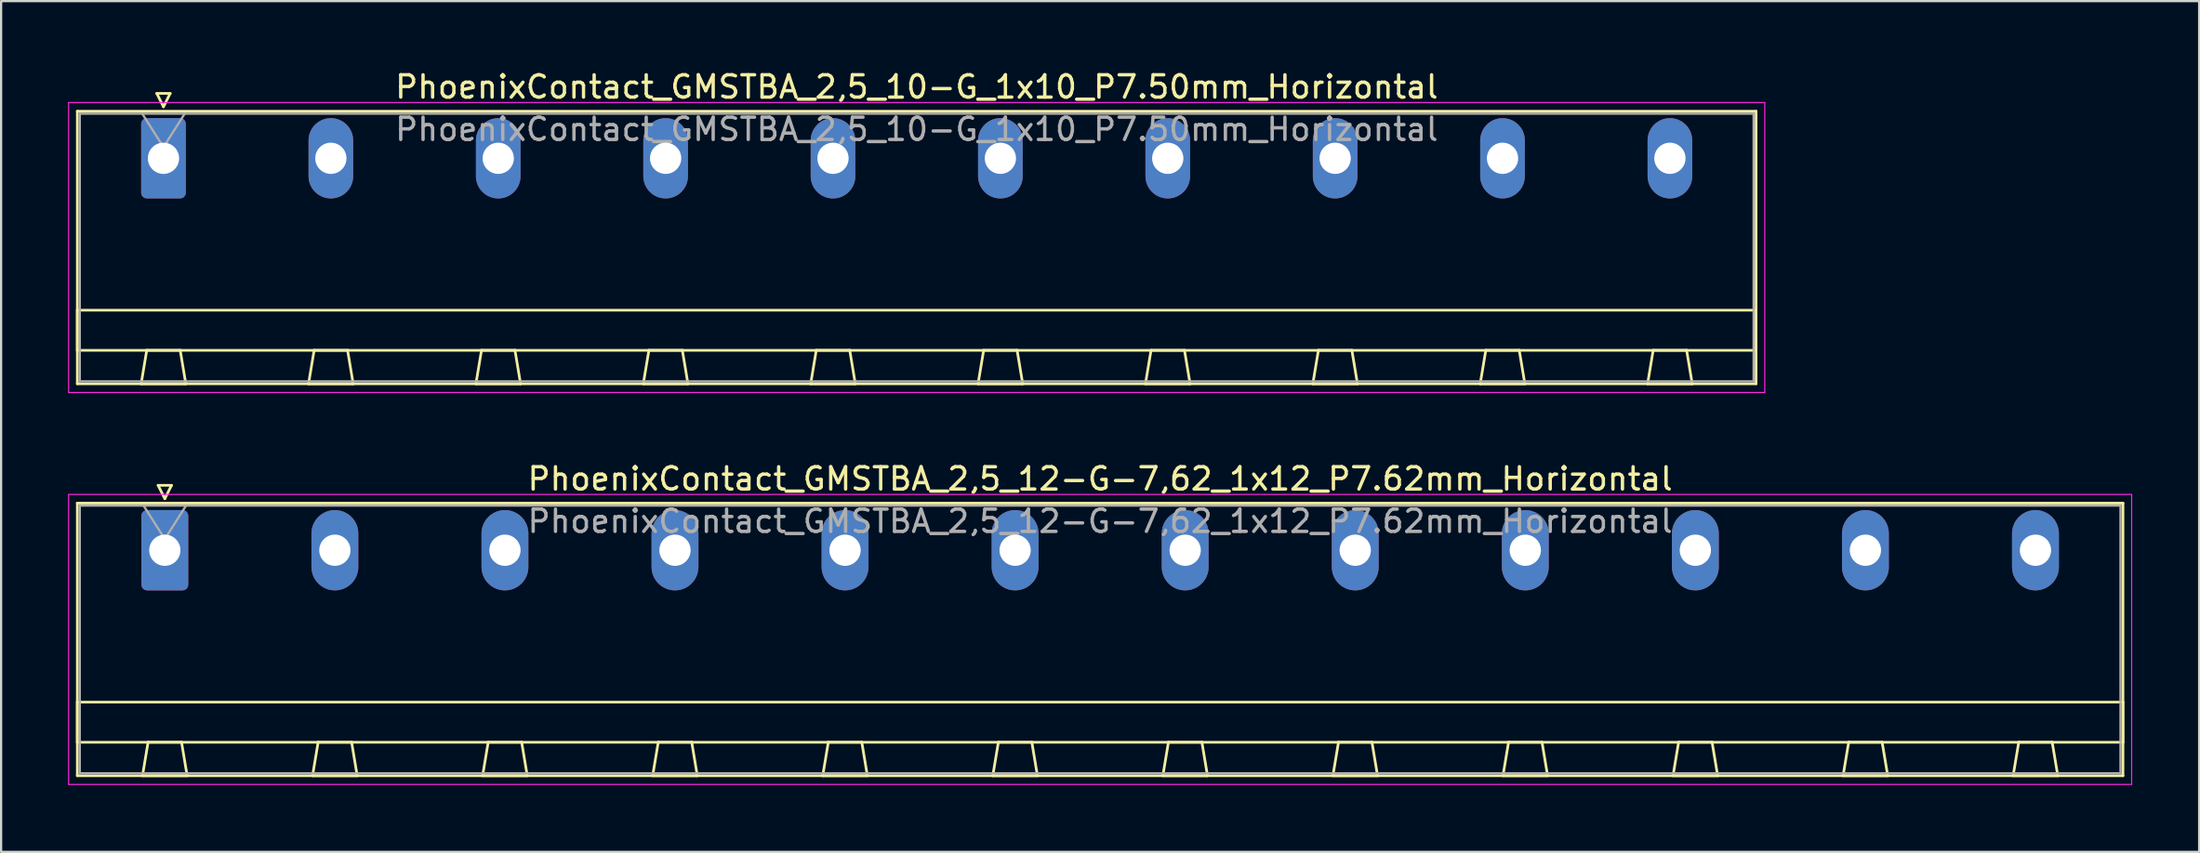
<source format=kicad_pcb>
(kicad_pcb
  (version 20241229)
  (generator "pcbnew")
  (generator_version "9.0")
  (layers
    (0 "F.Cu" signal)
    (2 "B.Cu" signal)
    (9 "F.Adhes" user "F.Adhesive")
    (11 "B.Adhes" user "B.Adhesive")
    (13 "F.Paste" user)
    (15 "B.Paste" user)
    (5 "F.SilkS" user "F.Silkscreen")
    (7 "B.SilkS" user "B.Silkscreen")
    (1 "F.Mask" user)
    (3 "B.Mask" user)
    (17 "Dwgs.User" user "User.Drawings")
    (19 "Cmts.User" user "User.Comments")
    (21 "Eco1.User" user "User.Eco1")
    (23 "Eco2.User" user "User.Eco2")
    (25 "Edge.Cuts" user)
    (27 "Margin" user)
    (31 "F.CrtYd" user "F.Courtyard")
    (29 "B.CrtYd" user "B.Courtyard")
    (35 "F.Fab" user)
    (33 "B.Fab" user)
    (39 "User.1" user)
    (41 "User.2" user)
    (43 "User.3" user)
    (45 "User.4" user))
  (footprint "PhoenixContact_GMSTBA_2,5_12-G-7,62_1x12_P7.62mm_Horizontal"
    (layer "F.Cu")
    (at 4.335 21.622)
    (property "Reference" "PhoenixContact_GMSTBA_2,5_12-G-7,62_1x12_P7.62mm_Horizontal" (at 41.91 -3.2 0) (layer "F.SilkS") (effects (font (size 1 1) (thickness 0.15))))
    (attr through_hole)
    (fp_line (start -3.92 -2.11) (end -3.92 10.11) (stroke (width 0.12) (type solid)) (layer "F.SilkS"))
    (fp_line (start -3.92 6.81) (end 87.74 6.81) (stroke (width 0.12) (type solid)) (layer "F.SilkS"))
    (fp_line (start -3.92 8.61) (end -3.92 6.81) (stroke (width 0.12) (type solid)) (layer "F.SilkS"))
    (fp_line (start -3.92 10.11) (end 87.74 10.11) (stroke (width 0.12) (type solid)) (layer "F.SilkS"))
    (fp_line (start -1 10.11) (end 1 10.11) (stroke (width 0.12) (type solid)) (layer "F.SilkS"))
    (fp_line (start -0.75 8.61) (end -1 10.11) (stroke (width 0.12) (type solid)) (layer "F.SilkS"))
    (fp_line (start -0.3 -2.91) (end 0.3 -2.91) (stroke (width 0.12) (type solid)) (layer "F.SilkS"))
    (fp_line (start 0 -2.31) (end -0.3 -2.91) (stroke (width 0.12) (type solid)) (layer "F.SilkS"))
    (fp_line (start 0.3 -2.91) (end 0 -2.31) (stroke (width 0.12) (type solid)) (layer "F.SilkS"))
    (fp_line (start 0.75 8.61) (end -0.75 8.61) (stroke (width 0.12) (type solid)) (layer "F.SilkS"))
    (fp_line (start 1 10.11) (end 0.75 8.61) (stroke (width 0.12) (type solid)) (layer "F.SilkS"))
    (fp_line (start 6.62 10.11) (end 8.62 10.11) (stroke (width 0.12) (type solid)) (layer "F.SilkS"))
    (fp_line (start 6.87 8.61) (end 6.62 10.11) (stroke (width 0.12) (type solid)) (layer "F.SilkS"))
    (fp_line (start 8.37 8.61) (end 6.87 8.61) (stroke (width 0.12) (type solid)) (layer "F.SilkS"))
    (fp_line (start 8.62 10.11) (end 8.37 8.61) (stroke (width 0.12) (type solid)) (layer "F.SilkS"))
    (fp_line (start 14.24 10.11) (end 16.24 10.11) (stroke (width 0.12) (type solid)) (layer "F.SilkS"))
    (fp_line (start 14.49 8.61) (end 14.24 10.11) (stroke (width 0.12) (type solid)) (layer "F.SilkS"))
    (fp_line (start 15.99 8.61) (end 14.49 8.61) (stroke (width 0.12) (type solid)) (layer "F.SilkS"))
    (fp_line (start 16.24 10.11) (end 15.99 8.61) (stroke (width 0.12) (type solid)) (layer "F.SilkS"))
    (fp_line (start 21.86 10.11) (end 23.86 10.11) (stroke (width 0.12) (type solid)) (layer "F.SilkS"))
    (fp_line (start 22.11 8.61) (end 21.86 10.11) (stroke (width 0.12) (type solid)) (layer "F.SilkS"))
    (fp_line (start 23.61 8.61) (end 22.11 8.61) (stroke (width 0.12) (type solid)) (layer "F.SilkS"))
    (fp_line (start 23.86 10.11) (end 23.61 8.61) (stroke (width 0.12) (type solid)) (layer "F.SilkS"))
    (fp_line (start 29.48 10.11) (end 31.48 10.11) (stroke (width 0.12) (type solid)) (layer "F.SilkS"))
    (fp_line (start 29.73 8.61) (end 29.48 10.11) (stroke (width 0.12) (type solid)) (layer "F.SilkS"))
    (fp_line (start 31.23 8.61) (end 29.73 8.61) (stroke (width 0.12) (type solid)) (layer "F.SilkS"))
    (fp_line (start 31.48 10.11) (end 31.23 8.61) (stroke (width 0.12) (type solid)) (layer "F.SilkS"))
    (fp_line (start 37.1 10.11) (end 39.1 10.11) (stroke (width 0.12) (type solid)) (layer "F.SilkS"))
    (fp_line (start 37.35 8.61) (end 37.1 10.11) (stroke (width 0.12) (type solid)) (layer "F.SilkS"))
    (fp_line (start 38.85 8.61) (end 37.35 8.61) (stroke (width 0.12) (type solid)) (layer "F.SilkS"))
    (fp_line (start 39.1 10.11) (end 38.85 8.61) (stroke (width 0.12) (type solid)) (layer "F.SilkS"))
    (fp_line (start 44.72 10.11) (end 46.72 10.11) (stroke (width 0.12) (type solid)) (layer "F.SilkS"))
    (fp_line (start 44.97 8.61) (end 44.72 10.11) (stroke (width 0.12) (type solid)) (layer "F.SilkS"))
    (fp_line (start 46.47 8.61) (end 44.97 8.61) (stroke (width 0.12) (type solid)) (layer "F.SilkS"))
    (fp_line (start 46.72 10.11) (end 46.47 8.61) (stroke (width 0.12) (type solid)) (layer "F.SilkS"))
    (fp_line (start 52.34 10.11) (end 54.34 10.11) (stroke (width 0.12) (type solid)) (layer "F.SilkS"))
    (fp_line (start 52.59 8.61) (end 52.34 10.11) (stroke (width 0.12) (type solid)) (layer "F.SilkS"))
    (fp_line (start 54.09 8.61) (end 52.59 8.61) (stroke (width 0.12) (type solid)) (layer "F.SilkS"))
    (fp_line (start 54.34 10.11) (end 54.09 8.61) (stroke (width 0.12) (type solid)) (layer "F.SilkS"))
    (fp_line (start 59.96 10.11) (end 61.96 10.11) (stroke (width 0.12) (type solid)) (layer "F.SilkS"))
    (fp_line (start 60.21 8.61) (end 59.96 10.11) (stroke (width 0.12) (type solid)) (layer "F.SilkS"))
    (fp_line (start 61.71 8.61) (end 60.21 8.61) (stroke (width 0.12) (type solid)) (layer "F.SilkS"))
    (fp_line (start 61.96 10.11) (end 61.71 8.61) (stroke (width 0.12) (type solid)) (layer "F.SilkS"))
    (fp_line (start 67.58 10.11) (end 69.58 10.11) (stroke (width 0.12) (type solid)) (layer "F.SilkS"))
    (fp_line (start 67.83 8.61) (end 67.58 10.11) (stroke (width 0.12) (type solid)) (layer "F.SilkS"))
    (fp_line (start 69.33 8.61) (end 67.83 8.61) (stroke (width 0.12) (type solid)) (layer "F.SilkS"))
    (fp_line (start 69.58 10.11) (end 69.33 8.61) (stroke (width 0.12) (type solid)) (layer "F.SilkS"))
    (fp_line (start 75.2 10.11) (end 77.2 10.11) (stroke (width 0.12) (type solid)) (layer "F.SilkS"))
    (fp_line (start 75.45 8.61) (end 75.2 10.11) (stroke (width 0.12) (type solid)) (layer "F.SilkS"))
    (fp_line (start 76.95 8.61) (end 75.45 8.61) (stroke (width 0.12) (type solid)) (layer "F.SilkS"))
    (fp_line (start 77.2 10.11) (end 76.95 8.61) (stroke (width 0.12) (type solid)) (layer "F.SilkS"))
    (fp_line (start 82.82 10.11) (end 84.82 10.11) (stroke (width 0.12) (type solid)) (layer "F.SilkS"))
    (fp_line (start 83.07 8.61) (end 82.82 10.11) (stroke (width 0.12) (type solid)) (layer "F.SilkS"))
    (fp_line (start 84.57 8.61) (end 83.07 8.61) (stroke (width 0.12) (type solid)) (layer "F.SilkS"))
    (fp_line (start 84.82 10.11) (end 84.57 8.61) (stroke (width 0.12) (type solid)) (layer "F.SilkS"))
    (fp_line (start 87.74 -2.11) (end -3.92 -2.11) (stroke (width 0.12) (type solid)) (layer "F.SilkS"))
    (fp_line (start 87.74 6.81) (end 87.74 8.61) (stroke (width 0.12) (type solid)) (layer "F.SilkS"))
    (fp_line (start 87.74 8.61) (end -3.92 8.61) (stroke (width 0.12) (type solid)) (layer "F.SilkS"))
    (fp_line (start 87.74 10.11) (end 87.74 -2.11) (stroke (width 0.12) (type solid)) (layer "F.SilkS"))
    (fp_line (start -4.31 -2.5) (end -4.31 10.5) (stroke (width 0.05) (type solid)) (layer "F.CrtYd"))
    (fp_line (start -4.31 10.5) (end 88.13 10.5) (stroke (width 0.05) (type solid)) (layer "F.CrtYd"))
    (fp_line (start 88.13 -2.5) (end -4.31 -2.5) (stroke (width 0.05) (type solid)) (layer "F.CrtYd"))
    (fp_line (start 88.13 10.5) (end 88.13 -2.5) (stroke (width 0.05) (type solid)) (layer "F.CrtYd"))
    (fp_line (start -3.81 -2) (end -3.81 10) (stroke (width 0.1) (type solid)) (layer "F.Fab"))
    (fp_line (start -3.81 10) (end 87.63 10) (stroke (width 0.1) (type solid)) (layer "F.Fab"))
    (fp_line (start 0 -0.5) (end -0.95 -2) (stroke (width 0.1) (type solid)) (layer "F.Fab"))
    (fp_line (start 0.95 -2) (end 0 -0.5) (stroke (width 0.1) (type solid)) (layer "F.Fab"))
    (fp_line (start 87.63 -2) (end -3.81 -2) (stroke (width 0.1) (type solid)) (layer "F.Fab"))
    (fp_line (start 87.63 10) (end 87.63 -2) (stroke (width 0.1) (type solid)) (layer "F.Fab"))
    (fp_text user "${REFERENCE}" (at 41.91 -1.3 0) (layer "F.Fab") (effects (font (size 1 1) (thickness 0.15))))
    (pad "1" thru_hole roundrect (at 0 0) (size 2.1 3.6) (drill 1.4) (layers "*.Cu" "*.Mask") (roundrect_rratio 0.119))
    (pad "2" thru_hole oval (at 7.62 0) (size 2.1 3.6) (drill 1.4) (layers "*.Cu" "*.Mask"))
    (pad "3" thru_hole oval (at 15.24 0) (size 2.1 3.6) (drill 1.4) (layers "*.Cu" "*.Mask"))
    (pad "4" thru_hole oval (at 22.86 0) (size 2.1 3.6) (drill 1.4) (layers "*.Cu" "*.Mask"))
    (pad "5" thru_hole oval (at 30.48 0) (size 2.1 3.6) (drill 1.4) (layers "*.Cu" "*.Mask"))
    (pad "6" thru_hole oval (at 38.1 0) (size 2.1 3.6) (drill 1.4) (layers "*.Cu" "*.Mask"))
    (pad "7" thru_hole oval (at 45.72 0) (size 2.1 3.6) (drill 1.4) (layers "*.Cu" "*.Mask"))
    (pad "8" thru_hole oval (at 53.34 0) (size 2.1 3.6) (drill 1.4) (layers "*.Cu" "*.Mask"))
    (pad "9" thru_hole oval (at 60.96 0) (size 2.1 3.6) (drill 1.4) (layers "*.Cu" "*.Mask"))
    (pad "10" thru_hole oval (at 68.58 0) (size 2.1 3.6) (drill 1.4) (layers "*.Cu" "*.Mask"))
    (pad "11" thru_hole oval (at 76.2 0) (size 2.1 3.6) (drill 1.4) (layers "*.Cu" "*.Mask"))
    (pad "12" thru_hole oval (at 83.82 0) (size 2.1 3.6) (drill 1.4) (layers "*.Cu" "*.Mask")))
  (footprint "PhoenixContact_GMSTBA_2,5_10-G_1x10_P7.50mm_Horizontal"
    (layer "F.Cu")
    (at 4.275 4.048)
    (property "Reference" "PhoenixContact_GMSTBA_2,5_10-G_1x10_P7.50mm_Horizontal" (at 33.75 -3.2 0) (layer "F.SilkS") (effects (font (size 1 1) (thickness 0.15))))
    (attr through_hole)
    (fp_line (start -3.86 -2.11) (end -3.86 10.11) (stroke (width 0.12) (type solid)) (layer "F.SilkS"))
    (fp_line (start -3.86 6.81) (end 71.36 6.81) (stroke (width 0.12) (type solid)) (layer "F.SilkS"))
    (fp_line (start -3.86 8.61) (end -3.86 6.81) (stroke (width 0.12) (type solid)) (layer "F.SilkS"))
    (fp_line (start -3.86 10.11) (end 71.36 10.11) (stroke (width 0.12) (type solid)) (layer "F.SilkS"))
    (fp_line (start -1 10.11) (end 1 10.11) (stroke (width 0.12) (type solid)) (layer "F.SilkS"))
    (fp_line (start -0.75 8.61) (end -1 10.11) (stroke (width 0.12) (type solid)) (layer "F.SilkS"))
    (fp_line (start -0.3 -2.91) (end 0.3 -2.91) (stroke (width 0.12) (type solid)) (layer "F.SilkS"))
    (fp_line (start 0 -2.31) (end -0.3 -2.91) (stroke (width 0.12) (type solid)) (layer "F.SilkS"))
    (fp_line (start 0.3 -2.91) (end 0 -2.31) (stroke (width 0.12) (type solid)) (layer "F.SilkS"))
    (fp_line (start 0.75 8.61) (end -0.75 8.61) (stroke (width 0.12) (type solid)) (layer "F.SilkS"))
    (fp_line (start 1 10.11) (end 0.75 8.61) (stroke (width 0.12) (type solid)) (layer "F.SilkS"))
    (fp_line (start 6.5 10.11) (end 8.5 10.11) (stroke (width 0.12) (type solid)) (layer "F.SilkS"))
    (fp_line (start 6.75 8.61) (end 6.5 10.11) (stroke (width 0.12) (type solid)) (layer "F.SilkS"))
    (fp_line (start 8.25 8.61) (end 6.75 8.61) (stroke (width 0.12) (type solid)) (layer "F.SilkS"))
    (fp_line (start 8.5 10.11) (end 8.25 8.61) (stroke (width 0.12) (type solid)) (layer "F.SilkS"))
    (fp_line (start 14 10.11) (end 16 10.11) (stroke (width 0.12) (type solid)) (layer "F.SilkS"))
    (fp_line (start 14.25 8.61) (end 14 10.11) (stroke (width 0.12) (type solid)) (layer "F.SilkS"))
    (fp_line (start 15.75 8.61) (end 14.25 8.61) (stroke (width 0.12) (type solid)) (layer "F.SilkS"))
    (fp_line (start 16 10.11) (end 15.75 8.61) (stroke (width 0.12) (type solid)) (layer "F.SilkS"))
    (fp_line (start 21.5 10.11) (end 23.5 10.11) (stroke (width 0.12) (type solid)) (layer "F.SilkS"))
    (fp_line (start 21.75 8.61) (end 21.5 10.11) (stroke (width 0.12) (type solid)) (layer "F.SilkS"))
    (fp_line (start 23.25 8.61) (end 21.75 8.61) (stroke (width 0.12) (type solid)) (layer "F.SilkS"))
    (fp_line (start 23.5 10.11) (end 23.25 8.61) (stroke (width 0.12) (type solid)) (layer "F.SilkS"))
    (fp_line (start 29 10.11) (end 31 10.11) (stroke (width 0.12) (type solid)) (layer "F.SilkS"))
    (fp_line (start 29.25 8.61) (end 29 10.11) (stroke (width 0.12) (type solid)) (layer "F.SilkS"))
    (fp_line (start 30.75 8.61) (end 29.25 8.61) (stroke (width 0.12) (type solid)) (layer "F.SilkS"))
    (fp_line (start 31 10.11) (end 30.75 8.61) (stroke (width 0.12) (type solid)) (layer "F.SilkS"))
    (fp_line (start 36.5 10.11) (end 38.5 10.11) (stroke (width 0.12) (type solid)) (layer "F.SilkS"))
    (fp_line (start 36.75 8.61) (end 36.5 10.11) (stroke (width 0.12) (type solid)) (layer "F.SilkS"))
    (fp_line (start 38.25 8.61) (end 36.75 8.61) (stroke (width 0.12) (type solid)) (layer "F.SilkS"))
    (fp_line (start 38.5 10.11) (end 38.25 8.61) (stroke (width 0.12) (type solid)) (layer "F.SilkS"))
    (fp_line (start 44 10.11) (end 46 10.11) (stroke (width 0.12) (type solid)) (layer "F.SilkS"))
    (fp_line (start 44.25 8.61) (end 44 10.11) (stroke (width 0.12) (type solid)) (layer "F.SilkS"))
    (fp_line (start 45.75 8.61) (end 44.25 8.61) (stroke (width 0.12) (type solid)) (layer "F.SilkS"))
    (fp_line (start 46 10.11) (end 45.75 8.61) (stroke (width 0.12) (type solid)) (layer "F.SilkS"))
    (fp_line (start 51.5 10.11) (end 53.5 10.11) (stroke (width 0.12) (type solid)) (layer "F.SilkS"))
    (fp_line (start 51.75 8.61) (end 51.5 10.11) (stroke (width 0.12) (type solid)) (layer "F.SilkS"))
    (fp_line (start 53.25 8.61) (end 51.75 8.61) (stroke (width 0.12) (type solid)) (layer "F.SilkS"))
    (fp_line (start 53.5 10.11) (end 53.25 8.61) (stroke (width 0.12) (type solid)) (layer "F.SilkS"))
    (fp_line (start 59 10.11) (end 61 10.11) (stroke (width 0.12) (type solid)) (layer "F.SilkS"))
    (fp_line (start 59.25 8.61) (end 59 10.11) (stroke (width 0.12) (type solid)) (layer "F.SilkS"))
    (fp_line (start 60.75 8.61) (end 59.25 8.61) (stroke (width 0.12) (type solid)) (layer "F.SilkS"))
    (fp_line (start 61 10.11) (end 60.75 8.61) (stroke (width 0.12) (type solid)) (layer "F.SilkS"))
    (fp_line (start 66.5 10.11) (end 68.5 10.11) (stroke (width 0.12) (type solid)) (layer "F.SilkS"))
    (fp_line (start 66.75 8.61) (end 66.5 10.11) (stroke (width 0.12) (type solid)) (layer "F.SilkS"))
    (fp_line (start 68.25 8.61) (end 66.75 8.61) (stroke (width 0.12) (type solid)) (layer "F.SilkS"))
    (fp_line (start 68.5 10.11) (end 68.25 8.61) (stroke (width 0.12) (type solid)) (layer "F.SilkS"))
    (fp_line (start 71.36 -2.11) (end -3.86 -2.11) (stroke (width 0.12) (type solid)) (layer "F.SilkS"))
    (fp_line (start 71.36 6.81) (end 71.36 8.61) (stroke (width 0.12) (type solid)) (layer "F.SilkS"))
    (fp_line (start 71.36 8.61) (end -3.86 8.61) (stroke (width 0.12) (type solid)) (layer "F.SilkS"))
    (fp_line (start 71.36 10.11) (end 71.36 -2.11) (stroke (width 0.12) (type solid)) (layer "F.SilkS"))
    (fp_line (start -4.25 -2.5) (end -4.25 10.5) (stroke (width 0.05) (type solid)) (layer "F.CrtYd"))
    (fp_line (start -4.25 10.5) (end 71.75 10.5) (stroke (width 0.05) (type solid)) (layer "F.CrtYd"))
    (fp_line (start 71.75 -2.5) (end -4.25 -2.5) (stroke (width 0.05) (type solid)) (layer "F.CrtYd"))
    (fp_line (start 71.75 10.5) (end 71.75 -2.5) (stroke (width 0.05) (type solid)) (layer "F.CrtYd"))
    (fp_line (start -3.75 -2) (end -3.75 10) (stroke (width 0.1) (type solid)) (layer "F.Fab"))
    (fp_line (start -3.75 10) (end 71.25 10) (stroke (width 0.1) (type solid)) (layer "F.Fab"))
    (fp_line (start 0 -0.5) (end -0.95 -2) (stroke (width 0.1) (type solid)) (layer "F.Fab"))
    (fp_line (start 0.95 -2) (end 0 -0.5) (stroke (width 0.1) (type solid)) (layer "F.Fab"))
    (fp_line (start 71.25 -2) (end -3.75 -2) (stroke (width 0.1) (type solid)) (layer "F.Fab"))
    (fp_line (start 71.25 10) (end 71.25 -2) (stroke (width 0.1) (type solid)) (layer "F.Fab"))
    (fp_text user "${REFERENCE}" (at 33.75 -1.3 0) (layer "F.Fab") (effects (font (size 1 1) (thickness 0.15))))
    (pad "1" thru_hole roundrect (at 0 0) (size 2 3.6) (drill 1.4) (layers "*.Cu" "*.Mask") (roundrect_rratio 0.125))
    (pad "2" thru_hole oval (at 7.5 0) (size 2 3.6) (drill 1.4) (layers "*.Cu" "*.Mask"))
    (pad "3" thru_hole oval (at 15 0) (size 2 3.6) (drill 1.4) (layers "*.Cu" "*.Mask"))
    (pad "4" thru_hole oval (at 22.5 0) (size 2 3.6) (drill 1.4) (layers "*.Cu" "*.Mask"))
    (pad "5" thru_hole oval (at 30 0) (size 2 3.6) (drill 1.4) (layers "*.Cu" "*.Mask"))
    (pad "6" thru_hole oval (at 37.5 0) (size 2 3.6) (drill 1.4) (layers "*.Cu" "*.Mask"))
    (pad "7" thru_hole oval (at 45 0) (size 2 3.6) (drill 1.4) (layers "*.Cu" "*.Mask"))
    (pad "8" thru_hole oval (at 52.5 0) (size 2 3.6) (drill 1.4) (layers "*.Cu" "*.Mask"))
    (pad "9" thru_hole oval (at 60 0) (size 2 3.6) (drill 1.4) (layers "*.Cu" "*.Mask"))
    (pad "10" thru_hole oval (at 67.5 0) (size 2 3.6) (drill 1.4) (layers "*.Cu" "*.Mask")))
  (gr_rect
    (start -3 -3)
    (end 95.49 35.147)
    (stroke (width 0.1) (type default))
    (fill no)
    (layer "Edge.Cuts")))
</source>
